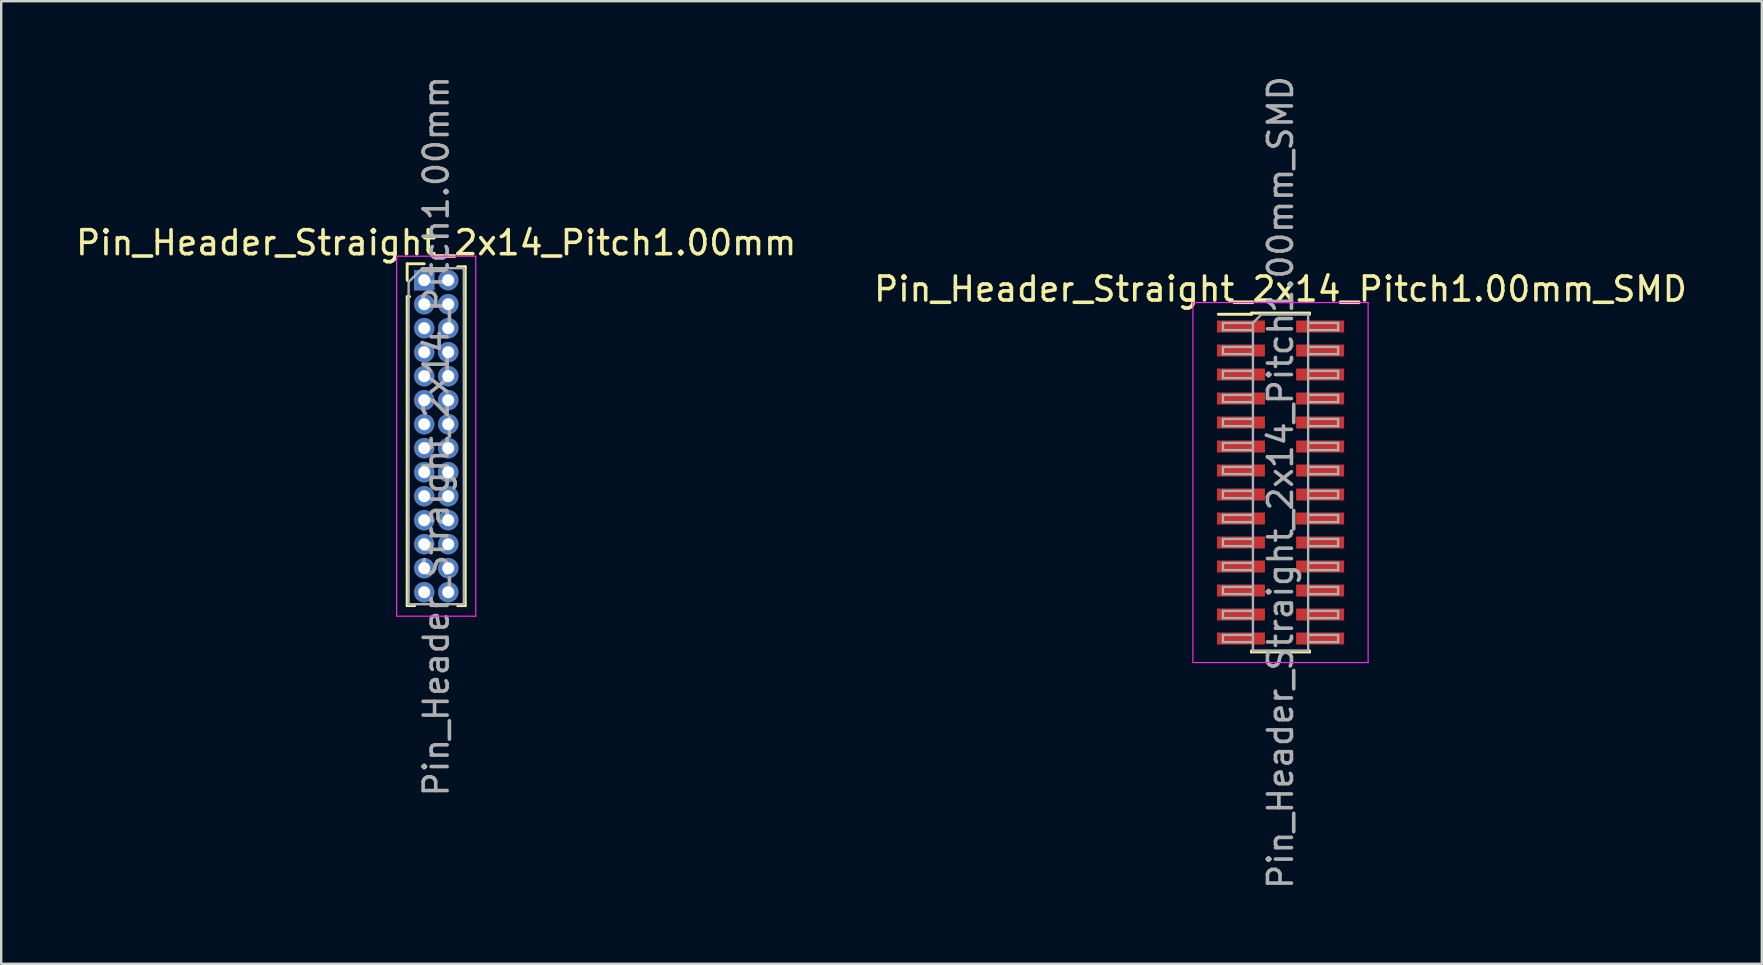
<source format=kicad_pcb>
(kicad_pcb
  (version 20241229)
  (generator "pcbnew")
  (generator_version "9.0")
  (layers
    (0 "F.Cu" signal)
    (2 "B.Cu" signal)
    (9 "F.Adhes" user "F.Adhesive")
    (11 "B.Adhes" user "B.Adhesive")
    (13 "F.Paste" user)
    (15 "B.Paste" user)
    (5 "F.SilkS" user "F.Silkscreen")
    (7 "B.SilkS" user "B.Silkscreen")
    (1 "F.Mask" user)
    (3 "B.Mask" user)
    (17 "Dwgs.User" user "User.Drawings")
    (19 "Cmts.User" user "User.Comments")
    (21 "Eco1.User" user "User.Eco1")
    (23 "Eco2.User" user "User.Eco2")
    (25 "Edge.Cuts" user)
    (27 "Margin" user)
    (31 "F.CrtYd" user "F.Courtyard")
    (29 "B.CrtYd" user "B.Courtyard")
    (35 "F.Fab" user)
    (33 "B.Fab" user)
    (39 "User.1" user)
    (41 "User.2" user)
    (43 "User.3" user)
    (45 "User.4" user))
  (footprint "Pin_Header_Straight_2x14_Pitch1.00mm_SMD"
    (layer "F.Cu")
    (at 50.304 17.054)
    (property "Reference" "Pin_Header_Straight_2x14_Pitch1.00mm_SMD" (at 0 -8.06 0) (layer "F.SilkS") (effects (font (size 1 1) (thickness 0.15))))
    (attr smd)
    (fp_line (start -2.59 -7.01) (end -1.21 -7.01) (stroke (width 0.12) (type solid)) (layer "F.SilkS"))
    (fp_line (start -1.21 -7.06) (end -1.21 -7.01) (stroke (width 0.12) (type solid)) (layer "F.SilkS"))
    (fp_line (start -1.21 -7.06) (end 1.21 -7.06) (stroke (width 0.12) (type solid)) (layer "F.SilkS"))
    (fp_line (start -1.21 7.01) (end -1.21 7.06) (stroke (width 0.12) (type solid)) (layer "F.SilkS"))
    (fp_line (start -1.21 7.06) (end 1.21 7.06) (stroke (width 0.12) (type solid)) (layer "F.SilkS"))
    (fp_line (start 1.21 -7.06) (end 1.21 -7.01) (stroke (width 0.12) (type solid)) (layer "F.SilkS"))
    (fp_line (start 1.21 7.01) (end 1.21 7.06) (stroke (width 0.12) (type solid)) (layer "F.SilkS"))
    (fp_line (start -3.65 -7.5) (end -3.65 7.5) (stroke (width 0.05) (type solid)) (layer "F.CrtYd"))
    (fp_line (start -3.65 7.5) (end 3.65 7.5) (stroke (width 0.05) (type solid)) (layer "F.CrtYd"))
    (fp_line (start 3.65 -7.5) (end -3.65 -7.5) (stroke (width 0.05) (type solid)) (layer "F.CrtYd"))
    (fp_line (start 3.65 7.5) (end 3.65 -7.5) (stroke (width 0.05) (type solid)) (layer "F.CrtYd"))
    (fp_line (start -2.4 -6.65) (end -2.4 -6.35) (stroke (width 0.1) (type solid)) (layer "F.Fab"))
    (fp_line (start -2.4 -6.35) (end -1.15 -6.35) (stroke (width 0.1) (type solid)) (layer "F.Fab"))
    (fp_line (start -2.4 -5.65) (end -2.4 -5.35) (stroke (width 0.1) (type solid)) (layer "F.Fab"))
    (fp_line (start -2.4 -5.35) (end -1.15 -5.35) (stroke (width 0.1) (type solid)) (layer "F.Fab"))
    (fp_line (start -2.4 -4.65) (end -2.4 -4.35) (stroke (width 0.1) (type solid)) (layer "F.Fab"))
    (fp_line (start -2.4 -4.35) (end -1.15 -4.35) (stroke (width 0.1) (type solid)) (layer "F.Fab"))
    (fp_line (start -2.4 -3.65) (end -2.4 -3.35) (stroke (width 0.1) (type solid)) (layer "F.Fab"))
    (fp_line (start -2.4 -3.35) (end -1.15 -3.35) (stroke (width 0.1) (type solid)) (layer "F.Fab"))
    (fp_line (start -2.4 -2.65) (end -2.4 -2.35) (stroke (width 0.1) (type solid)) (layer "F.Fab"))
    (fp_line (start -2.4 -2.35) (end -1.15 -2.35) (stroke (width 0.1) (type solid)) (layer "F.Fab"))
    (fp_line (start -2.4 -1.65) (end -2.4 -1.35) (stroke (width 0.1) (type solid)) (layer "F.Fab"))
    (fp_line (start -2.4 -1.35) (end -1.15 -1.35) (stroke (width 0.1) (type solid)) (layer "F.Fab"))
    (fp_line (start -2.4 -0.65) (end -2.4 -0.35) (stroke (width 0.1) (type solid)) (layer "F.Fab"))
    (fp_line (start -2.4 -0.35) (end -1.15 -0.35) (stroke (width 0.1) (type solid)) (layer "F.Fab"))
    (fp_line (start -2.4 0.35) (end -2.4 0.65) (stroke (width 0.1) (type solid)) (layer "F.Fab"))
    (fp_line (start -2.4 0.65) (end -1.15 0.65) (stroke (width 0.1) (type solid)) (layer "F.Fab"))
    (fp_line (start -2.4 1.35) (end -2.4 1.65) (stroke (width 0.1) (type solid)) (layer "F.Fab"))
    (fp_line (start -2.4 1.65) (end -1.15 1.65) (stroke (width 0.1) (type solid)) (layer "F.Fab"))
    (fp_line (start -2.4 2.35) (end -2.4 2.65) (stroke (width 0.1) (type solid)) (layer "F.Fab"))
    (fp_line (start -2.4 2.65) (end -1.15 2.65) (stroke (width 0.1) (type solid)) (layer "F.Fab"))
    (fp_line (start -2.4 3.35) (end -2.4 3.65) (stroke (width 0.1) (type solid)) (layer "F.Fab"))
    (fp_line (start -2.4 3.65) (end -1.15 3.65) (stroke (width 0.1) (type solid)) (layer "F.Fab"))
    (fp_line (start -2.4 4.35) (end -2.4 4.65) (stroke (width 0.1) (type solid)) (layer "F.Fab"))
    (fp_line (start -2.4 4.65) (end -1.15 4.65) (stroke (width 0.1) (type solid)) (layer "F.Fab"))
    (fp_line (start -2.4 5.35) (end -2.4 5.65) (stroke (width 0.1) (type solid)) (layer "F.Fab"))
    (fp_line (start -2.4 5.65) (end -1.15 5.65) (stroke (width 0.1) (type solid)) (layer "F.Fab"))
    (fp_line (start -2.4 6.35) (end -2.4 6.65) (stroke (width 0.1) (type solid)) (layer "F.Fab"))
    (fp_line (start -2.4 6.65) (end -1.15 6.65) (stroke (width 0.1) (type solid)) (layer "F.Fab"))
    (fp_line (start -1.15 -6.65) (end -2.4 -6.65) (stroke (width 0.1) (type solid)) (layer "F.Fab"))
    (fp_line (start -1.15 -6.65) (end -0.8 -7) (stroke (width 0.1) (type solid)) (layer "F.Fab"))
    (fp_line (start -1.15 -5.65) (end -2.4 -5.65) (stroke (width 0.1) (type solid)) (layer "F.Fab"))
    (fp_line (start -1.15 -4.65) (end -2.4 -4.65) (stroke (width 0.1) (type solid)) (layer "F.Fab"))
    (fp_line (start -1.15 -3.65) (end -2.4 -3.65) (stroke (width 0.1) (type solid)) (layer "F.Fab"))
    (fp_line (start -1.15 -2.65) (end -2.4 -2.65) (stroke (width 0.1) (type solid)) (layer "F.Fab"))
    (fp_line (start -1.15 -1.65) (end -2.4 -1.65) (stroke (width 0.1) (type solid)) (layer "F.Fab"))
    (fp_line (start -1.15 -0.65) (end -2.4 -0.65) (stroke (width 0.1) (type solid)) (layer "F.Fab"))
    (fp_line (start -1.15 0.35) (end -2.4 0.35) (stroke (width 0.1) (type solid)) (layer "F.Fab"))
    (fp_line (start -1.15 1.35) (end -2.4 1.35) (stroke (width 0.1) (type solid)) (layer "F.Fab"))
    (fp_line (start -1.15 2.35) (end -2.4 2.35) (stroke (width 0.1) (type solid)) (layer "F.Fab"))
    (fp_line (start -1.15 3.35) (end -2.4 3.35) (stroke (width 0.1) (type solid)) (layer "F.Fab"))
    (fp_line (start -1.15 4.35) (end -2.4 4.35) (stroke (width 0.1) (type solid)) (layer "F.Fab"))
    (fp_line (start -1.15 5.35) (end -2.4 5.35) (stroke (width 0.1) (type solid)) (layer "F.Fab"))
    (fp_line (start -1.15 6.35) (end -2.4 6.35) (stroke (width 0.1) (type solid)) (layer "F.Fab"))
    (fp_line (start -1.15 7) (end -1.15 -6.65) (stroke (width 0.1) (type solid)) (layer "F.Fab"))
    (fp_line (start -0.8 -7) (end 1.15 -7) (stroke (width 0.1) (type solid)) (layer "F.Fab"))
    (fp_line (start 1.15 -7) (end 1.15 7) (stroke (width 0.1) (type solid)) (layer "F.Fab"))
    (fp_line (start 1.15 -6.65) (end 2.4 -6.65) (stroke (width 0.1) (type solid)) (layer "F.Fab"))
    (fp_line (start 1.15 -5.65) (end 2.4 -5.65) (stroke (width 0.1) (type solid)) (layer "F.Fab"))
    (fp_line (start 1.15 -4.65) (end 2.4 -4.65) (stroke (width 0.1) (type solid)) (layer "F.Fab"))
    (fp_line (start 1.15 -3.65) (end 2.4 -3.65) (stroke (width 0.1) (type solid)) (layer "F.Fab"))
    (fp_line (start 1.15 -2.65) (end 2.4 -2.65) (stroke (width 0.1) (type solid)) (layer "F.Fab"))
    (fp_line (start 1.15 -1.65) (end 2.4 -1.65) (stroke (width 0.1) (type solid)) (layer "F.Fab"))
    (fp_line (start 1.15 -0.65) (end 2.4 -0.65) (stroke (width 0.1) (type solid)) (layer "F.Fab"))
    (fp_line (start 1.15 0.35) (end 2.4 0.35) (stroke (width 0.1) (type solid)) (layer "F.Fab"))
    (fp_line (start 1.15 1.35) (end 2.4 1.35) (stroke (width 0.1) (type solid)) (layer "F.Fab"))
    (fp_line (start 1.15 2.35) (end 2.4 2.35) (stroke (width 0.1) (type solid)) (layer "F.Fab"))
    (fp_line (start 1.15 3.35) (end 2.4 3.35) (stroke (width 0.1) (type solid)) (layer "F.Fab"))
    (fp_line (start 1.15 4.35) (end 2.4 4.35) (stroke (width 0.1) (type solid)) (layer "F.Fab"))
    (fp_line (start 1.15 5.35) (end 2.4 5.35) (stroke (width 0.1) (type solid)) (layer "F.Fab"))
    (fp_line (start 1.15 6.35) (end 2.4 6.35) (stroke (width 0.1) (type solid)) (layer "F.Fab"))
    (fp_line (start 1.15 7) (end -1.15 7) (stroke (width 0.1) (type solid)) (layer "F.Fab"))
    (fp_line (start 2.4 -6.65) (end 2.4 -6.35) (stroke (width 0.1) (type solid)) (layer "F.Fab"))
    (fp_line (start 2.4 -6.35) (end 1.15 -6.35) (stroke (width 0.1) (type solid)) (layer "F.Fab"))
    (fp_line (start 2.4 -5.65) (end 2.4 -5.35) (stroke (width 0.1) (type solid)) (layer "F.Fab"))
    (fp_line (start 2.4 -5.35) (end 1.15 -5.35) (stroke (width 0.1) (type solid)) (layer "F.Fab"))
    (fp_line (start 2.4 -4.65) (end 2.4 -4.35) (stroke (width 0.1) (type solid)) (layer "F.Fab"))
    (fp_line (start 2.4 -4.35) (end 1.15 -4.35) (stroke (width 0.1) (type solid)) (layer "F.Fab"))
    (fp_line (start 2.4 -3.65) (end 2.4 -3.35) (stroke (width 0.1) (type solid)) (layer "F.Fab"))
    (fp_line (start 2.4 -3.35) (end 1.15 -3.35) (stroke (width 0.1) (type solid)) (layer "F.Fab"))
    (fp_line (start 2.4 -2.65) (end 2.4 -2.35) (stroke (width 0.1) (type solid)) (layer "F.Fab"))
    (fp_line (start 2.4 -2.35) (end 1.15 -2.35) (stroke (width 0.1) (type solid)) (layer "F.Fab"))
    (fp_line (start 2.4 -1.65) (end 2.4 -1.35) (stroke (width 0.1) (type solid)) (layer "F.Fab"))
    (fp_line (start 2.4 -1.35) (end 1.15 -1.35) (stroke (width 0.1) (type solid)) (layer "F.Fab"))
    (fp_line (start 2.4 -0.65) (end 2.4 -0.35) (stroke (width 0.1) (type solid)) (layer "F.Fab"))
    (fp_line (start 2.4 -0.35) (end 1.15 -0.35) (stroke (width 0.1) (type solid)) (layer "F.Fab"))
    (fp_line (start 2.4 0.35) (end 2.4 0.65) (stroke (width 0.1) (type solid)) (layer "F.Fab"))
    (fp_line (start 2.4 0.65) (end 1.15 0.65) (stroke (width 0.1) (type solid)) (layer "F.Fab"))
    (fp_line (start 2.4 1.35) (end 2.4 1.65) (stroke (width 0.1) (type solid)) (layer "F.Fab"))
    (fp_line (start 2.4 1.65) (end 1.15 1.65) (stroke (width 0.1) (type solid)) (layer "F.Fab"))
    (fp_line (start 2.4 2.35) (end 2.4 2.65) (stroke (width 0.1) (type solid)) (layer "F.Fab"))
    (fp_line (start 2.4 2.65) (end 1.15 2.65) (stroke (width 0.1) (type solid)) (layer "F.Fab"))
    (fp_line (start 2.4 3.35) (end 2.4 3.65) (stroke (width 0.1) (type solid)) (layer "F.Fab"))
    (fp_line (start 2.4 3.65) (end 1.15 3.65) (stroke (width 0.1) (type solid)) (layer "F.Fab"))
    (fp_line (start 2.4 4.35) (end 2.4 4.65) (stroke (width 0.1) (type solid)) (layer "F.Fab"))
    (fp_line (start 2.4 4.65) (end 1.15 4.65) (stroke (width 0.1) (type solid)) (layer "F.Fab"))
    (fp_line (start 2.4 5.35) (end 2.4 5.65) (stroke (width 0.1) (type solid)) (layer "F.Fab"))
    (fp_line (start 2.4 5.65) (end 1.15 5.65) (stroke (width 0.1) (type solid)) (layer "F.Fab"))
    (fp_line (start 2.4 6.35) (end 2.4 6.65) (stroke (width 0.1) (type solid)) (layer "F.Fab"))
    (fp_line (start 2.4 6.65) (end 1.15 6.65) (stroke (width 0.1) (type solid)) (layer "F.Fab"))
    (fp_text user "${REFERENCE}" (at 0 0 90) (layer "F.Fab") (effects (font (size 1 1) (thickness 0.15))))
    (pad "1" smd rect (at -1.65 -6.5) (size 2 0.5) (layers "F.Cu" "F.Mask" "F.Paste"))
    (pad "2" smd rect (at 1.65 -6.5) (size 2 0.5) (layers "F.Cu" "F.Mask" "F.Paste"))
    (pad "3" smd rect (at -1.65 -5.5) (size 2 0.5) (layers "F.Cu" "F.Mask" "F.Paste"))
    (pad "4" smd rect (at 1.65 -5.5) (size 2 0.5) (layers "F.Cu" "F.Mask" "F.Paste"))
    (pad "5" smd rect (at -1.65 -4.5) (size 2 0.5) (layers "F.Cu" "F.Mask" "F.Paste"))
    (pad "6" smd rect (at 1.65 -4.5) (size 2 0.5) (layers "F.Cu" "F.Mask" "F.Paste"))
    (pad "7" smd rect (at -1.65 -3.5) (size 2 0.5) (layers "F.Cu" "F.Mask" "F.Paste"))
    (pad "8" smd rect (at 1.65 -3.5) (size 2 0.5) (layers "F.Cu" "F.Mask" "F.Paste"))
    (pad "9" smd rect (at -1.65 -2.5) (size 2 0.5) (layers "F.Cu" "F.Mask" "F.Paste"))
    (pad "10" smd rect (at 1.65 -2.5) (size 2 0.5) (layers "F.Cu" "F.Mask" "F.Paste"))
    (pad "11" smd rect (at -1.65 -1.5) (size 2 0.5) (layers "F.Cu" "F.Mask" "F.Paste"))
    (pad "12" smd rect (at 1.65 -1.5) (size 2 0.5) (layers "F.Cu" "F.Mask" "F.Paste"))
    (pad "13" smd rect (at -1.65 -0.5) (size 2 0.5) (layers "F.Cu" "F.Mask" "F.Paste"))
    (pad "14" smd rect (at 1.65 -0.5) (size 2 0.5) (layers "F.Cu" "F.Mask" "F.Paste"))
    (pad "15" smd rect (at -1.65 0.5) (size 2 0.5) (layers "F.Cu" "F.Mask" "F.Paste"))
    (pad "16" smd rect (at 1.65 0.5) (size 2 0.5) (layers "F.Cu" "F.Mask" "F.Paste"))
    (pad "17" smd rect (at -1.65 1.5) (size 2 0.5) (layers "F.Cu" "F.Mask" "F.Paste"))
    (pad "18" smd rect (at 1.65 1.5) (size 2 0.5) (layers "F.Cu" "F.Mask" "F.Paste"))
    (pad "19" smd rect (at -1.65 2.5) (size 2 0.5) (layers "F.Cu" "F.Mask" "F.Paste"))
    (pad "20" smd rect (at 1.65 2.5) (size 2 0.5) (layers "F.Cu" "F.Mask" "F.Paste"))
    (pad "21" smd rect (at -1.65 3.5) (size 2 0.5) (layers "F.Cu" "F.Mask" "F.Paste"))
    (pad "22" smd rect (at 1.65 3.5) (size 2 0.5) (layers "F.Cu" "F.Mask" "F.Paste"))
    (pad "23" smd rect (at -1.65 4.5) (size 2 0.5) (layers "F.Cu" "F.Mask" "F.Paste"))
    (pad "24" smd rect (at 1.65 4.5) (size 2 0.5) (layers "F.Cu" "F.Mask" "F.Paste"))
    (pad "25" smd rect (at -1.65 5.5) (size 2 0.5) (layers "F.Cu" "F.Mask" "F.Paste"))
    (pad "26" smd rect (at 1.65 5.5) (size 2 0.5) (layers "F.Cu" "F.Mask" "F.Paste"))
    (pad "27" smd rect (at -1.65 6.5) (size 2 0.5) (layers "F.Cu" "F.Mask" "F.Paste"))
    (pad "28" smd rect (at 1.65 6.5) (size 2 0.5) (layers "F.Cu" "F.Mask" "F.Paste")))
  (footprint "Pin_Header_Straight_2x14_Pitch1.00mm"
    (layer "F.Cu")
    (at 14.625 8.625)
    (property "Reference" "Pin_Header_Straight_2x14_Pitch1.00mm" (at 0.5 -1.56 0) (layer "F.SilkS") (effects (font (size 1 1) (thickness 0.15))))
    (attr through_hole)
    (fp_line (start -0.71 -0.685) (end 0 -0.685) (stroke (width 0.12) (type solid)) (layer "F.SilkS"))
    (fp_line (start -0.71 0) (end -0.71 -0.685) (stroke (width 0.12) (type solid)) (layer "F.SilkS"))
    (fp_line (start -0.71 0.685) (end -0.71 13.56) (stroke (width 0.12) (type solid)) (layer "F.SilkS"))
    (fp_line (start -0.71 0.685) (end -0.608 0.685) (stroke (width 0.12) (type solid)) (layer "F.SilkS"))
    (fp_line (start -0.71 13.56) (end -0.394 13.56) (stroke (width 0.12) (type solid)) (layer "F.SilkS"))
    (fp_line (start 0.394 13.56) (end 0.606 13.56) (stroke (width 0.12) (type solid)) (layer "F.SilkS"))
    (fp_line (start 1.394 -0.56) (end 1.71 -0.56) (stroke (width 0.12) (type solid)) (layer "F.SilkS"))
    (fp_line (start 1.394 13.56) (end 1.71 13.56) (stroke (width 0.12) (type solid)) (layer "F.SilkS"))
    (fp_line (start 1.71 -0.56) (end 1.71 13.56) (stroke (width 0.12) (type solid)) (layer "F.SilkS"))
    (fp_line (start -1.15 -1) (end -1.15 14) (stroke (width 0.05) (type solid)) (layer "F.CrtYd"))
    (fp_line (start -1.15 14) (end 2.15 14) (stroke (width 0.05) (type solid)) (layer "F.CrtYd"))
    (fp_line (start 2.15 -1) (end -1.15 -1) (stroke (width 0.05) (type solid)) (layer "F.CrtYd"))
    (fp_line (start 2.15 14) (end 2.15 -1) (stroke (width 0.05) (type solid)) (layer "F.CrtYd"))
    (fp_line (start -0.65 0.075) (end -0.075 -0.5) (stroke (width 0.1) (type solid)) (layer "F.Fab"))
    (fp_line (start -0.65 13.5) (end -0.65 0.075) (stroke (width 0.1) (type solid)) (layer "F.Fab"))
    (fp_line (start -0.075 -0.5) (end 1.65 -0.5) (stroke (width 0.1) (type solid)) (layer "F.Fab"))
    (fp_line (start 1.65 -0.5) (end 1.65 13.5) (stroke (width 0.1) (type solid)) (layer "F.Fab"))
    (fp_line (start 1.65 13.5) (end -0.65 13.5) (stroke (width 0.1) (type solid)) (layer "F.Fab"))
    (fp_text user "${REFERENCE}" (at 0.5 6.5 90) (layer "F.Fab") (effects (font (size 1 1) (thickness 0.15))))
    (pad "1" thru_hole rect (at 0 0) (size 0.85 0.85) (drill 0.5) (layers "*.Cu" "*.Mask"))
    (pad "2" thru_hole oval (at 1 0) (size 0.85 0.85) (drill 0.5) (layers "*.Cu" "*.Mask"))
    (pad "3" thru_hole oval (at 0 1) (size 0.85 0.85) (drill 0.5) (layers "*.Cu" "*.Mask"))
    (pad "4" thru_hole oval (at 1 1) (size 0.85 0.85) (drill 0.5) (layers "*.Cu" "*.Mask"))
    (pad "5" thru_hole oval (at 0 2) (size 0.85 0.85) (drill 0.5) (layers "*.Cu" "*.Mask"))
    (pad "6" thru_hole oval (at 1 2) (size 0.85 0.85) (drill 0.5) (layers "*.Cu" "*.Mask"))
    (pad "7" thru_hole oval (at 0 3) (size 0.85 0.85) (drill 0.5) (layers "*.Cu" "*.Mask"))
    (pad "8" thru_hole oval (at 1 3) (size 0.85 0.85) (drill 0.5) (layers "*.Cu" "*.Mask"))
    (pad "9" thru_hole oval (at 0 4) (size 0.85 0.85) (drill 0.5) (layers "*.Cu" "*.Mask"))
    (pad "10" thru_hole oval (at 1 4) (size 0.85 0.85) (drill 0.5) (layers "*.Cu" "*.Mask"))
    (pad "11" thru_hole oval (at 0 5) (size 0.85 0.85) (drill 0.5) (layers "*.Cu" "*.Mask"))
    (pad "12" thru_hole oval (at 1 5) (size 0.85 0.85) (drill 0.5) (layers "*.Cu" "*.Mask"))
    (pad "13" thru_hole oval (at 0 6) (size 0.85 0.85) (drill 0.5) (layers "*.Cu" "*.Mask"))
    (pad "14" thru_hole oval (at 1 6) (size 0.85 0.85) (drill 0.5) (layers "*.Cu" "*.Mask"))
    (pad "15" thru_hole oval (at 0 7) (size 0.85 0.85) (drill 0.5) (layers "*.Cu" "*.Mask"))
    (pad "16" thru_hole oval (at 1 7) (size 0.85 0.85) (drill 0.5) (layers "*.Cu" "*.Mask"))
    (pad "17" thru_hole oval (at 0 8) (size 0.85 0.85) (drill 0.5) (layers "*.Cu" "*.Mask"))
    (pad "18" thru_hole oval (at 1 8) (size 0.85 0.85) (drill 0.5) (layers "*.Cu" "*.Mask"))
    (pad "19" thru_hole oval (at 0 9) (size 0.85 0.85) (drill 0.5) (layers "*.Cu" "*.Mask"))
    (pad "20" thru_hole oval (at 1 9) (size 0.85 0.85) (drill 0.5) (layers "*.Cu" "*.Mask"))
    (pad "21" thru_hole oval (at 0 10) (size 0.85 0.85) (drill 0.5) (layers "*.Cu" "*.Mask"))
    (pad "22" thru_hole oval (at 1 10) (size 0.85 0.85) (drill 0.5) (layers "*.Cu" "*.Mask"))
    (pad "23" thru_hole oval (at 0 11) (size 0.85 0.85) (drill 0.5) (layers "*.Cu" "*.Mask"))
    (pad "24" thru_hole oval (at 1 11) (size 0.85 0.85) (drill 0.5) (layers "*.Cu" "*.Mask"))
    (pad "25" thru_hole oval (at 0 12) (size 0.85 0.85) (drill 0.5) (layers "*.Cu" "*.Mask"))
    (pad "26" thru_hole oval (at 1 12) (size 0.85 0.85) (drill 0.5) (layers "*.Cu" "*.Mask"))
    (pad "27" thru_hole oval (at 0 13) (size 0.85 0.85) (drill 0.5) (layers "*.Cu" "*.Mask"))
    (pad "28" thru_hole oval (at 1 13) (size 0.85 0.85) (drill 0.5) (layers "*.Cu" "*.Mask")))
  (gr_rect
    (start -3 -3)
    (end 70.357 37.107)
    (stroke (width 0.1) (type default))
    (fill no)
    (layer "Edge.Cuts")))
</source>
